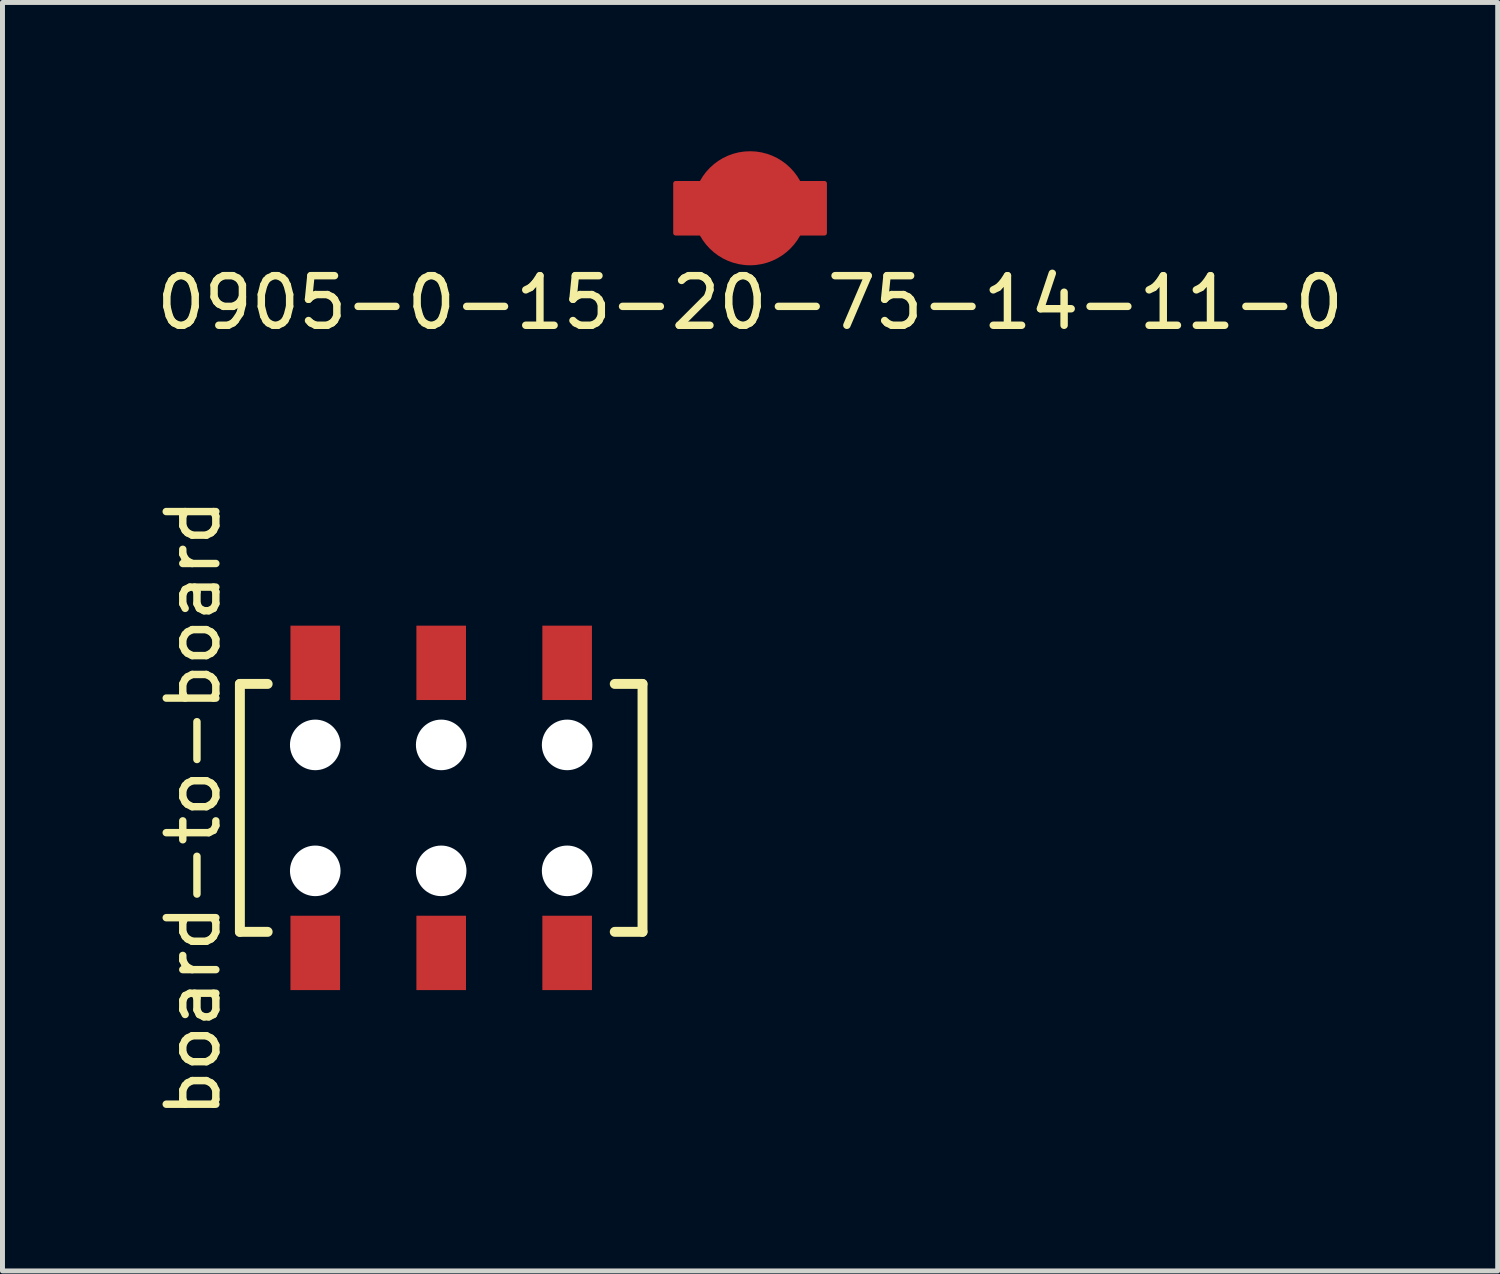
<source format=kicad_pcb>
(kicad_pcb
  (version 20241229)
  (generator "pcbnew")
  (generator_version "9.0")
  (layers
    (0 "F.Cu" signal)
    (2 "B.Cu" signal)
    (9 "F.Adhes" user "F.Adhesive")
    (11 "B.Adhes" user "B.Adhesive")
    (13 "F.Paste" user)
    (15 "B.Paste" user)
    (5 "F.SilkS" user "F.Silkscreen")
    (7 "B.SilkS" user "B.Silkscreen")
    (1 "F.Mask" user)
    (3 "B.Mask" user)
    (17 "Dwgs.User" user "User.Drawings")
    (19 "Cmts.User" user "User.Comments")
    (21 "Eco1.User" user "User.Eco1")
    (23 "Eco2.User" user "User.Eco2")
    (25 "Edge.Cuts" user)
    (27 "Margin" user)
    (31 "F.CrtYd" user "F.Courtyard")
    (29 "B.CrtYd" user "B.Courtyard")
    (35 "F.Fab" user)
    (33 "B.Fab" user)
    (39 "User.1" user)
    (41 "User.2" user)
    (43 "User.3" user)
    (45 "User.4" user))
  (footprint "0905-0-15-20-75-14-11-0"
    (layer "F.Cu")
    (at 12.077 1.15)
    (property "Reference" "0905-0-15-20-75-14-11-0" (at 0 1.905 0) (layer "F.SilkS") (effects (font (size 1 1) (thickness 0.15))))
    (attr smd)
    (fp_poly (pts (xy -1.5 -0.5) (xy 1.5 -0.5) (xy 1.5 0.5) (xy -1.5 0.5)) (stroke (width 0.1) (type solid)) (fill yes) (layer "F.Cu"))
    (fp_poly (pts (xy -1.5 -0.5) (xy -1.5 0.5) (xy 1.5 0.5) (xy 1.5 -0.5)) (stroke (width 0.2) (type solid)) (fill yes) (layer "F.Mask"))
    (pad "1" smd circle (at 0 0) (size 2.3 2.3) (layers "F.Cu" "F.Mask" "F.Paste")))
  (footprint "board-to-board"
    (layer "F.Cu")
    (at 5.848 13.243)
    (property "Reference" "board-to-board" (at -5 0 270) (layer "F.SilkS") (effects (font (size 1 1) (thickness 0.15))))
    (attr through_hole)
    (fp_line (start -4.06 -2.5) (end -4.06 2.5) (stroke (width 0.2) (type solid)) (layer "F.SilkS"))
    (fp_line (start -4.06 -2.5) (end -3.5 -2.5) (stroke (width 0.2) (type solid)) (layer "F.SilkS"))
    (fp_line (start -4.06 2.5) (end -3.5 2.5) (stroke (width 0.2) (type solid)) (layer "F.SilkS"))
    (fp_line (start 4.06 2.5) (end 3.5 2.5) (stroke (width 0.2) (type solid)) (layer "F.SilkS"))
    (fp_line (start 4.06 -2.5) (end 3.5 -2.5) (stroke (width 0.2) (type solid)) (layer "F.SilkS"))
    (fp_line (start 4.06 -2.5) (end 4.06 2.5) (stroke (width 0.2) (type solid)) (layer "F.SilkS"))
    (pad "" np_thru_hole circle (at -2.54 -1.27) (size 1.02 1.02) (drill 1.02) (layers "*.Cu" "*.Mask"))
    (pad "" np_thru_hole circle (at -2.54 1.27) (size 1.02 1.02) (drill 1.02) (layers "*.Cu" "*.Mask"))
    (pad "" np_thru_hole circle (at 0 -1.27) (size 1.02 1.02) (drill 1.02) (layers "*.Cu" "*.Mask"))
    (pad "" np_thru_hole circle (at 0 1.27) (size 1.02 1.02) (drill 1.02) (layers "*.Cu" "*.Mask"))
    (pad "" np_thru_hole circle (at 2.54 -1.27) (size 1.02 1.02) (drill 1.02) (layers "*.Cu" "*.Mask"))
    (pad "" np_thru_hole circle (at 2.54 1.27) (size 1.02 1.02) (drill 1.02) (layers "*.Cu" "*.Mask"))
    (pad "1" smd rect (at -2.54 2.925) (size 1 1.5) (layers "F.Cu" "F.Mask" "F.Paste"))
    (pad "2" smd rect (at -2.54 -2.925) (size 1 1.5) (layers "F.Cu" "F.Mask" "F.Paste"))
    (pad "3" smd rect (at 0 2.925) (size 1 1.5) (layers "F.Cu" "F.Mask" "F.Paste"))
    (pad "4" smd rect (at 0 -2.925) (size 1 1.5) (layers "F.Cu" "F.Mask" "F.Paste"))
    (pad "5" smd rect (at 2.54 2.925) (size 1 1.5) (layers "F.Cu" "F.Mask" "F.Paste"))
    (pad "6" smd rect (at 2.54 -2.925) (size 1 1.5) (layers "F.Cu" "F.Mask" "F.Paste")))
  (gr_rect
    (start -3 -3)
    (end 27.155 22.582)
    (stroke (width 0.1) (type default))
    (fill no)
    (layer "Edge.Cuts")))
</source>
